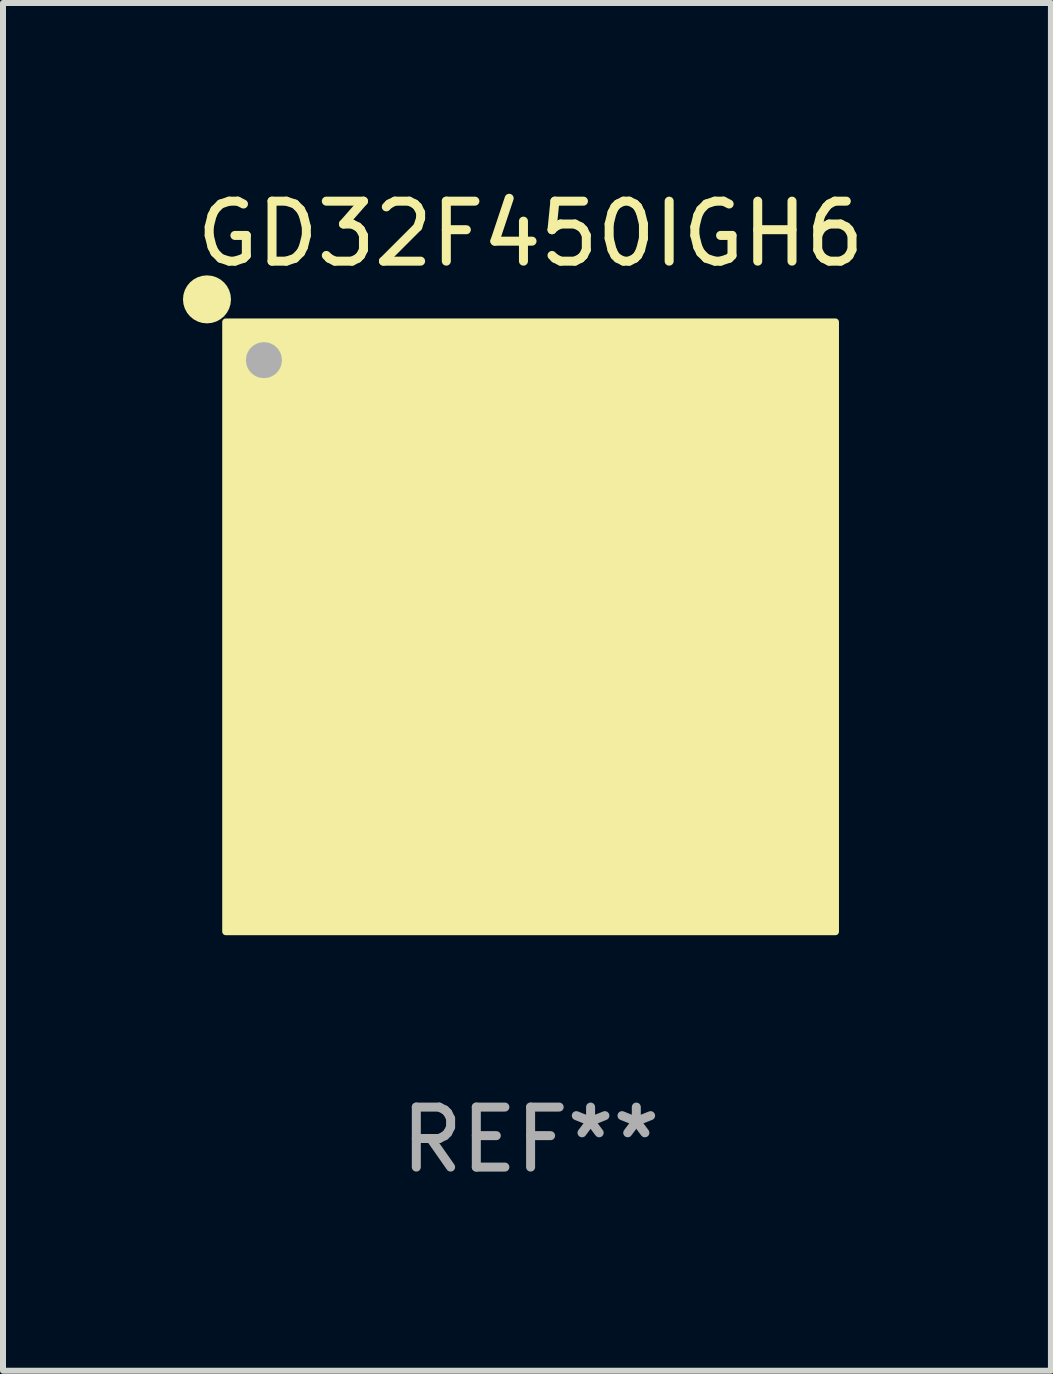
<source format=kicad_pcb>
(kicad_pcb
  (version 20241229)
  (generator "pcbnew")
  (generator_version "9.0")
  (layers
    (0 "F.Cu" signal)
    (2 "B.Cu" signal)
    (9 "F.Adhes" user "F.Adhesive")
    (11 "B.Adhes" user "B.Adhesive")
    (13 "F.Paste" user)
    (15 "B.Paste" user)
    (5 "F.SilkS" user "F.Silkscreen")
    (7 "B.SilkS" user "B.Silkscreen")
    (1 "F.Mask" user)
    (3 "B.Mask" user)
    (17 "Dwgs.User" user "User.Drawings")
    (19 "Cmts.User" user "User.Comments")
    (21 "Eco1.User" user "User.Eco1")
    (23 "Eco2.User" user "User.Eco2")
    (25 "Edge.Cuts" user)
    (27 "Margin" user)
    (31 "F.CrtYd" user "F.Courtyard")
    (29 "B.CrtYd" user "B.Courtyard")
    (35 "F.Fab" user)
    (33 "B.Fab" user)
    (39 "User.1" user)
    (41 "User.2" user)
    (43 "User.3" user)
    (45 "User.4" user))
  (footprint "GD32F450IGH6"
    (layer "F.Cu")
    (at 5.794 7.398)
    (property "Reference" "GD32F450IGH6" (at 0 -6.55 0) (layer "F.SilkS") (effects (font (size 1 1) (thickness 0.15))))
    (attr through_hole)
    (fp_circle (center -5.394 -5.458) (end -5.194 -5.458) (stroke (width 0.4) (type solid)) (fill no) (layer "F.SilkS"))
    (fp_circle (center -5 -5) (end -4.97 -5) (stroke (width 0.06) (type solid)) (fill no) (layer "F.SilkS"))
    (fp_poly (pts (xy -5.08 -5.08) (xy 5.08 -5.08) (xy 5.08 5.08) (xy -5.08 5.08)) (stroke (width 0.12) (type solid)) (fill yes) (layer "F.SilkS"))
    (fp_circle (center -4.445 -4.445) (end -4.295 -4.445) (stroke (width 0.3) (type solid)) (fill no) (layer "F.Fab"))
    (fp_text user "REF**" (at 0 8.55 0) (layer "F.Fab") (effects (font (size 1 1) (thickness 0.15))))
    (pad "A1" smd circle (at -4.55 -4.55) (size 0.3 0.3) (layers "F.Cu" "F.Mask" "F.Paste"))
    (pad "A2" smd circle (at -3.9 -4.55) (size 0.3 0.3) (layers "F.Cu" "F.Mask" "F.Paste"))
    (pad "A3" smd circle (at -3.25 -4.55) (size 0.3 0.3) (layers "F.Cu" "F.Mask" "F.Paste"))
    (pad "A4" smd circle (at -2.6 -4.55) (size 0.3 0.3) (layers "F.Cu" "F.Mask" "F.Paste"))
    (pad "A5" smd circle (at -1.95 -4.55) (size 0.3 0.3) (layers "F.Cu" "F.Mask" "F.Paste"))
    (pad "A6" smd circle (at -1.3 -4.55) (size 0.3 0.3) (layers "F.Cu" "F.Mask" "F.Paste"))
    (pad "A7" smd circle (at -0.65 -4.55) (size 0.3 0.3) (layers "F.Cu" "F.Mask" "F.Paste"))
    (pad "A8" smd circle (at -0.000127 -4.55) (size 0.3 0.3) (layers "F.Cu" "F.Mask" "F.Paste"))
    (pad "A9" smd circle (at 0.65 -4.55) (size 0.3 0.3) (layers "F.Cu" "F.Mask" "F.Paste"))
    (pad "A10" smd circle (at 1.3 -4.55) (size 0.3 0.3) (layers "F.Cu" "F.Mask" "F.Paste"))
    (pad "A11" smd circle (at 1.95 -4.55) (size 0.3 0.3) (layers "F.Cu" "F.Mask" "F.Paste"))
    (pad "A12" smd circle (at 2.6 -4.55) (size 0.3 0.3) (layers "F.Cu" "F.Mask" "F.Paste"))
    (pad "A13" smd circle (at 3.25 -4.55) (size 0.3 0.3) (layers "F.Cu" "F.Mask" "F.Paste"))
    (pad "A14" smd circle (at 3.9 -4.55) (size 0.3 0.3) (layers "F.Cu" "F.Mask" "F.Paste"))
    (pad "A15" smd circle (at 4.55 -4.55) (size 0.3 0.3) (layers "F.Cu" "F.Mask" "F.Paste"))
    (pad "B1" smd circle (at -4.55 -3.9) (size 0.3 0.3) (layers "F.Cu" "F.Mask" "F.Paste"))
    (pad "B2" smd circle (at -3.9 -3.9) (size 0.3 0.3) (layers "F.Cu" "F.Mask" "F.Paste"))
    (pad "B3" smd circle (at -3.25 -3.9) (size 0.3 0.3) (layers "F.Cu" "F.Mask" "F.Paste"))
    (pad "B4" smd circle (at -2.6 -3.9) (size 0.3 0.3) (layers "F.Cu" "F.Mask" "F.Paste"))
    (pad "B5" smd circle (at -1.95 -3.9) (size 0.3 0.3) (layers "F.Cu" "F.Mask" "F.Paste"))
    (pad "B6" smd circle (at -1.3 -3.9) (size 0.3 0.3) (layers "F.Cu" "F.Mask" "F.Paste"))
    (pad "B7" smd circle (at -0.65 -3.9) (size 0.3 0.3) (layers "F.Cu" "F.Mask" "F.Paste"))
    (pad "B8" smd circle (at 0.000127 -3.9) (size 0.3 0.3) (layers "F.Cu" "F.Mask" "F.Paste"))
    (pad "B9" smd circle (at 0.65 -3.9) (size 0.3 0.3) (layers "F.Cu" "F.Mask" "F.Paste"))
    (pad "B10" smd circle (at 1.3 -3.9) (size 0.3 0.3) (layers "F.Cu" "F.Mask" "F.Paste"))
    (pad "B11" smd circle (at 1.95 -3.9) (size 0.3 0.3) (layers "F.Cu" "F.Mask" "F.Paste"))
    (pad "B12" smd circle (at 2.6 -3.9) (size 0.3 0.3) (layers "F.Cu" "F.Mask" "F.Paste"))
    (pad "B13" smd circle (at 3.25 -3.9) (size 0.3 0.3) (layers "F.Cu" "F.Mask" "F.Paste"))
    (pad "B14" smd circle (at 3.9 -3.9) (size 0.3 0.3) (layers "F.Cu" "F.Mask" "F.Paste"))
    (pad "B15" smd circle (at 4.55 -3.9) (size 0.3 0.3) (layers "F.Cu" "F.Mask" "F.Paste"))
    (pad "C1" smd circle (at -4.55 -3.25) (size 0.3 0.3) (layers "F.Cu" "F.Mask" "F.Paste"))
    (pad "C2" smd circle (at -3.9 -3.25) (size 0.3 0.3) (layers "F.Cu" "F.Mask" "F.Paste"))
    (pad "C3" smd circle (at -3.25 -3.25) (size 0.3 0.3) (layers "F.Cu" "F.Mask" "F.Paste"))
    (pad "C4" smd circle (at -2.6 -3.25) (size 0.3 0.3) (layers "F.Cu" "F.Mask" "F.Paste"))
    (pad "C5" smd circle (at -1.95 -3.25) (size 0.3 0.3) (layers "F.Cu" "F.Mask" "F.Paste"))
    (pad "C6" smd circle (at -1.3 -3.25) (size 0.3 0.3) (layers "F.Cu" "F.Mask" "F.Paste"))
    (pad "C7" smd circle (at -0.65 -3.25) (size 0.3 0.3) (layers "F.Cu" "F.Mask" "F.Paste"))
    (pad "C8" smd circle (at 0.000127 -3.25) (size 0.3 0.3) (layers "F.Cu" "F.Mask" "F.Paste"))
    (pad "C9" smd circle (at 0.65 -3.25) (size 0.3 0.3) (layers "F.Cu" "F.Mask" "F.Paste"))
    (pad "C10" smd circle (at 1.3 -3.25) (size 0.3 0.3) (layers "F.Cu" "F.Mask" "F.Paste"))
    (pad "C11" smd circle (at 1.95 -3.25) (size 0.3 0.3) (layers "F.Cu" "F.Mask" "F.Paste"))
    (pad "C12" smd circle (at 2.6 -3.25) (size 0.3 0.3) (layers "F.Cu" "F.Mask" "F.Paste"))
    (pad "C13" smd circle (at 3.25 -3.25) (size 0.3 0.3) (layers "F.Cu" "F.Mask" "F.Paste"))
    (pad "C14" smd circle (at 3.9 -3.25) (size 0.3 0.3) (layers "F.Cu" "F.Mask" "F.Paste"))
    (pad "C15" smd circle (at 4.55 -3.25) (size 0.3 0.3) (layers "F.Cu" "F.Mask" "F.Paste"))
    (pad "D1" smd circle (at -4.55 -2.6) (size 0.3 0.3) (layers "F.Cu" "F.Mask" "F.Paste"))
    (pad "D2" smd circle (at -3.9 -2.6) (size 0.3 0.3) (layers "F.Cu" "F.Mask" "F.Paste"))
    (pad "D3" smd circle (at -3.25 -2.6) (size 0.3 0.3) (layers "F.Cu" "F.Mask" "F.Paste"))
    (pad "D4" smd circle (at -2.6 -2.6) (size 0.3 0.3) (layers "F.Cu" "F.Mask" "F.Paste"))
    (pad "D5" smd circle (at -1.95 -2.6) (size 0.3 0.3) (layers "F.Cu" "F.Mask" "F.Paste"))
    (pad "D6" smd circle (at -1.3 -2.6) (size 0.3 0.3) (layers "F.Cu" "F.Mask" "F.Paste"))
    (pad "D7" smd circle (at -0.65 -2.6) (size 0.3 0.3) (layers "F.Cu" "F.Mask" "F.Paste"))
    (pad "D8" smd circle (at -0.000127 -2.6) (size 0.3 0.3) (layers "F.Cu" "F.Mask" "F.Paste"))
    (pad "D9" smd circle (at 0.65 -2.6) (size 0.3 0.3) (layers "F.Cu" "F.Mask" "F.Paste"))
    (pad "D10" smd circle (at 1.3 -2.6) (size 0.3 0.3) (layers "F.Cu" "F.Mask" "F.Paste"))
    (pad "D11" smd circle (at 1.95 -2.6) (size 0.3 0.3) (layers "F.Cu" "F.Mask" "F.Paste"))
    (pad "D12" smd circle (at 2.6 -2.6) (size 0.3 0.3) (layers "F.Cu" "F.Mask" "F.Paste"))
    (pad "D13" smd circle (at 3.25 -2.6) (size 0.3 0.3) (layers "F.Cu" "F.Mask" "F.Paste"))
    (pad "D14" smd circle (at 3.9 -2.6) (size 0.3 0.3) (layers "F.Cu" "F.Mask" "F.Paste"))
    (pad "D15" smd circle (at 4.55 -2.6) (size 0.3 0.3) (layers "F.Cu" "F.Mask" "F.Paste"))
    (pad "E1" smd circle (at -4.55 -1.95) (size 0.3 0.3) (layers "F.Cu" "F.Mask" "F.Paste"))
    (pad "E2" smd circle (at -3.9 -1.95) (size 0.3 0.3) (layers "F.Cu" "F.Mask" "F.Paste"))
    (pad "E3" smd circle (at -3.25 -1.95) (size 0.3 0.3) (layers "F.Cu" "F.Mask" "F.Paste"))
    (pad "E4" smd circle (at -2.6 -1.95) (size 0.3 0.3) (layers "F.Cu" "F.Mask" "F.Paste"))
    (pad "E12" smd circle (at 2.6 -1.95) (size 0.3 0.3) (layers "F.Cu" "F.Mask" "F.Paste"))
    (pad "E13" smd circle (at 3.25 -1.95) (size 0.3 0.3) (layers "F.Cu" "F.Mask" "F.Paste"))
    (pad "E14" smd circle (at 3.9 -1.95) (size 0.3 0.3) (layers "F.Cu" "F.Mask" "F.Paste"))
    (pad "E15" smd circle (at 4.55 -1.95) (size 0.3 0.3) (layers "F.Cu" "F.Mask" "F.Paste"))
    (pad "F1" smd circle (at -4.55 -1.3) (size 0.3 0.3) (layers "F.Cu" "F.Mask" "F.Paste"))
    (pad "F2" smd circle (at -3.9 -1.3) (size 0.3 0.3) (layers "F.Cu" "F.Mask" "F.Paste"))
    (pad "F3" smd circle (at -3.25 -1.3) (size 0.3 0.3) (layers "F.Cu" "F.Mask" "F.Paste"))
    (pad "F4" smd circle (at -2.6 -1.3) (size 0.3 0.3) (layers "F.Cu" "F.Mask" "F.Paste"))
    (pad "F6" smd circle (at -1.3 -1.3) (size 0.3 0.3) (layers "F.Cu" "F.Mask" "F.Paste"))
    (pad "F7" smd circle (at -0.65 -1.3) (size 0.3 0.3) (layers "F.Cu" "F.Mask" "F.Paste"))
    (pad "F8" smd circle (at 0.000127 -1.3) (size 0.3 0.3) (layers "F.Cu" "F.Mask" "F.Paste"))
    (pad "F9" smd circle (at 0.65 -1.3) (size 0.3 0.3) (layers "F.Cu" "F.Mask" "F.Paste"))
    (pad "F10" smd circle (at 1.3 -1.3) (size 0.3 0.3) (layers "F.Cu" "F.Mask" "F.Paste"))
    (pad "F12" smd circle (at 2.6 -1.3) (size 0.3 0.3) (layers "F.Cu" "F.Mask" "F.Paste"))
    (pad "F13" smd circle (at 3.25 -1.3) (size 0.3 0.3) (layers "F.Cu" "F.Mask" "F.Paste"))
    (pad "F14" smd circle (at 3.9 -1.3) (size 0.3 0.3) (layers "F.Cu" "F.Mask" "F.Paste"))
    (pad "F15" smd circle (at 4.55 -1.3) (size 0.3 0.3) (layers "F.Cu" "F.Mask" "F.Paste"))
    (pad "G1" smd circle (at -4.55 -0.65) (size 0.3 0.3) (layers "F.Cu" "F.Mask" "F.Paste"))
    (pad "G2" smd circle (at -3.9 -0.65) (size 0.3 0.3) (layers "F.Cu" "F.Mask" "F.Paste"))
    (pad "G3" smd circle (at -3.25 -0.65) (size 0.3 0.3) (layers "F.Cu" "F.Mask" "F.Paste"))
    (pad "G4" smd circle (at -2.6 -0.65) (size 0.3 0.3) (layers "F.Cu" "F.Mask" "F.Paste"))
    (pad "G6" smd circle (at -1.3 -0.65) (size 0.3 0.3) (layers "F.Cu" "F.Mask" "F.Paste"))
    (pad "G7" smd circle (at -0.65 -0.65) (size 0.3 0.3) (layers "F.Cu" "F.Mask" "F.Paste"))
    (pad "G8" smd circle (at -0.000127 -0.65) (size 0.3 0.3) (layers "F.Cu" "F.Mask" "F.Paste"))
    (pad "G9" smd circle (at 0.65 -0.65) (size 0.3 0.3) (layers "F.Cu" "F.Mask" "F.Paste"))
    (pad "G10" smd circle (at 1.3 -0.65) (size 0.3 0.3) (layers "F.Cu" "F.Mask" "F.Paste"))
    (pad "G12" smd circle (at 2.6 -0.65) (size 0.3 0.3) (layers "F.Cu" "F.Mask" "F.Paste"))
    (pad "G13" smd circle (at 3.25 -0.65) (size 0.3 0.3) (layers "F.Cu" "F.Mask" "F.Paste"))
    (pad "G14" smd circle (at 3.9 -0.65) (size 0.3 0.3) (layers "F.Cu" "F.Mask" "F.Paste"))
    (pad "G15" smd circle (at 4.55 -0.65) (size 0.3 0.3) (layers "F.Cu" "F.Mask" "F.Paste"))
    (pad "H1" smd circle (at -4.55 -0.000127) (size 0.3 0.3) (layers "F.Cu" "F.Mask" "F.Paste"))
    (pad "H2" smd circle (at -3.9 -0.000127) (size 0.3 0.3) (layers "F.Cu" "F.Mask" "F.Paste"))
    (pad "H3" smd circle (at -3.25 -0.000127) (size 0.3 0.3) (layers "F.Cu" "F.Mask" "F.Paste"))
    (pad "H4" smd circle (at -2.6 -0.000127) (size 0.3 0.3) (layers "F.Cu" "F.Mask" "F.Paste"))
    (pad "H6" smd circle (at -1.3 -0.000127) (size 0.3 0.3) (layers "F.Cu" "F.Mask" "F.Paste"))
    (pad "H7" smd circle (at -0.65 -0.000127) (size 0.3 0.3) (layers "F.Cu" "F.Mask" "F.Paste"))
    (pad "H8" smd circle (at -0.000127 -0.000127) (size 0.3 0.3) (layers "F.Cu" "F.Mask" "F.Paste"))
    (pad "H9" smd circle (at 0.65 -0.000127) (size 0.3 0.3) (layers "F.Cu" "F.Mask" "F.Paste"))
    (pad "H10" smd circle (at 1.3 -0.000127) (size 0.3 0.3) (layers "F.Cu" "F.Mask" "F.Paste"))
    (pad "H12" smd circle (at 2.6 -0.000127) (size 0.3 0.3) (layers "F.Cu" "F.Mask" "F.Paste"))
    (pad "H13" smd circle (at 3.25 -0.000127) (size 0.3 0.3) (layers "F.Cu" "F.Mask" "F.Paste"))
    (pad "H14" smd circle (at 3.9 -0.000127) (size 0.3 0.3) (layers "F.Cu" "F.Mask" "F.Paste"))
    (pad "H15" smd circle (at 4.55 -0.000127) (size 0.3 0.3) (layers "F.Cu" "F.Mask" "F.Paste"))
    (pad "J1" smd circle (at -4.55 0.65) (size 0.3 0.3) (layers "F.Cu" "F.Mask" "F.Paste"))
    (pad "J2" smd circle (at -3.9 0.65) (size 0.3 0.3) (layers "F.Cu" "F.Mask" "F.Paste"))
    (pad "J3" smd circle (at -3.25 0.65) (size 0.3 0.3) (layers "F.Cu" "F.Mask" "F.Paste"))
    (pad "J4" smd circle (at -2.6 0.65) (size 0.3 0.3) (layers "F.Cu" "F.Mask" "F.Paste"))
    (pad "J6" smd circle (at -1.3 0.65) (size 0.3 0.3) (layers "F.Cu" "F.Mask" "F.Paste"))
    (pad "J7" smd circle (at -0.65 0.65) (size 0.3 0.3) (layers "F.Cu" "F.Mask" "F.Paste"))
    (pad "J8" smd circle (at -0.000127 0.65) (size 0.3 0.3) (layers "F.Cu" "F.Mask" "F.Paste"))
    (pad "J9" smd circle (at 0.65 0.65) (size 0.3 0.3) (layers "F.Cu" "F.Mask" "F.Paste"))
    (pad "J10" smd circle (at 1.3 0.65) (size 0.3 0.3) (layers "F.Cu" "F.Mask" "F.Paste"))
    (pad "J12" smd circle (at 2.6 0.65) (size 0.3 0.3) (layers "F.Cu" "F.Mask" "F.Paste"))
    (pad "J13" smd circle (at 3.25 0.65) (size 0.3 0.3) (layers "F.Cu" "F.Mask" "F.Paste"))
    (pad "J14" smd circle (at 3.9 0.65) (size 0.3 0.3) (layers "F.Cu" "F.Mask" "F.Paste"))
    (pad "J15" smd circle (at 4.55 0.65) (size 0.3 0.3) (layers "F.Cu" "F.Mask" "F.Paste"))
    (pad "K1" smd circle (at -4.55 1.3) (size 0.3 0.3) (layers "F.Cu" "F.Mask" "F.Paste"))
    (pad "K2" smd circle (at -3.9 1.3) (size 0.3 0.3) (layers "F.Cu" "F.Mask" "F.Paste"))
    (pad "K3" smd circle (at -3.25 1.3) (size 0.3 0.3) (layers "F.Cu" "F.Mask" "F.Paste"))
    (pad "K4" smd circle (at -2.6 1.3) (size 0.3 0.3) (layers "F.Cu" "F.Mask" "F.Paste"))
    (pad "K6" smd circle (at -1.3 1.3) (size 0.3 0.3) (layers "F.Cu" "F.Mask" "F.Paste"))
    (pad "K7" smd circle (at -0.65 1.3) (size 0.3 0.3) (layers "F.Cu" "F.Mask" "F.Paste"))
    (pad "K8" smd circle (at 0.000127 1.3) (size 0.3 0.3) (layers "F.Cu" "F.Mask" "F.Paste"))
    (pad "K9" smd circle (at 0.65 1.3) (size 0.3 0.3) (layers "F.Cu" "F.Mask" "F.Paste"))
    (pad "K10" smd circle (at 1.3 1.3) (size 0.3 0.3) (layers "F.Cu" "F.Mask" "F.Paste"))
    (pad "K12" smd circle (at 2.6 1.3) (size 0.3 0.3) (layers "F.Cu" "F.Mask" "F.Paste"))
    (pad "K13" smd circle (at 3.25 1.3) (size 0.3 0.3) (layers "F.Cu" "F.Mask" "F.Paste"))
    (pad "K14" smd circle (at 3.9 1.3) (size 0.3 0.3) (layers "F.Cu" "F.Mask" "F.Paste"))
    (pad "K15" smd circle (at 4.55 1.3) (size 0.3 0.3) (layers "F.Cu" "F.Mask" "F.Paste"))
    (pad "L1" smd circle (at -4.55 1.95) (size 0.3 0.3) (layers "F.Cu" "F.Mask" "F.Paste"))
    (pad "L2" smd circle (at -3.9 1.95) (size 0.3 0.3) (layers "F.Cu" "F.Mask" "F.Paste"))
    (pad "L3" smd circle (at -3.25 1.95) (size 0.3 0.3) (layers "F.Cu" "F.Mask" "F.Paste"))
    (pad "L4" smd circle (at -2.6 1.95) (size 0.3 0.3) (layers "F.Cu" "F.Mask" "F.Paste"))
    (pad "L12" smd circle (at 2.6 1.95) (size 0.3 0.3) (layers "F.Cu" "F.Mask" "F.Paste"))
    (pad "L13" smd circle (at 3.25 1.95) (size 0.3 0.3) (layers "F.Cu" "F.Mask" "F.Paste"))
    (pad "L14" smd circle (at 3.9 1.95) (size 0.3 0.3) (layers "F.Cu" "F.Mask" "F.Paste"))
    (pad "L15" smd circle (at 4.55 1.95) (size 0.3 0.3) (layers "F.Cu" "F.Mask" "F.Paste"))
    (pad "M1" smd circle (at -4.55 2.6) (size 0.3 0.3) (layers "F.Cu" "F.Mask" "F.Paste"))
    (pad "M2" smd circle (at -3.9 2.6) (size 0.3 0.3) (layers "F.Cu" "F.Mask" "F.Paste"))
    (pad "M3" smd circle (at -3.25 2.6) (size 0.3 0.3) (layers "F.Cu" "F.Mask" "F.Paste"))
    (pad "M4" smd circle (at -2.6 2.6) (size 0.3 0.3) (layers "F.Cu" "F.Mask" "F.Paste"))
    (pad "M5" smd circle (at -1.95 2.6) (size 0.3 0.3) (layers "F.Cu" "F.Mask" "F.Paste"))
    (pad "M6" smd circle (at -1.3 2.6) (size 0.3 0.3) (layers "F.Cu" "F.Mask" "F.Paste"))
    (pad "M7" smd circle (at -0.65 2.6) (size 0.3 0.3) (layers "F.Cu" "F.Mask" "F.Paste"))
    (pad "M8" smd circle (at -0.000127 2.6) (size 0.3 0.3) (layers "F.Cu" "F.Mask" "F.Paste"))
    (pad "M9" smd circle (at 0.65 2.6) (size 0.3 0.3) (layers "F.Cu" "F.Mask" "F.Paste"))
    (pad "M10" smd circle (at 1.3 2.6) (size 0.3 0.3) (layers "F.Cu" "F.Mask" "F.Paste"))
    (pad "M11" smd circle (at 1.95 2.6) (size 0.3 0.3) (layers "F.Cu" "F.Mask" "F.Paste"))
    (pad "M12" smd circle (at 2.6 2.6) (size 0.3 0.3) (layers "F.Cu" "F.Mask" "F.Paste"))
    (pad "M13" smd circle (at 3.25 2.6) (size 0.3 0.3) (layers "F.Cu" "F.Mask" "F.Paste"))
    (pad "M14" smd circle (at 3.9 2.6) (size 0.3 0.3) (layers "F.Cu" "F.Mask" "F.Paste"))
    (pad "M15" smd circle (at 4.55 2.6) (size 0.3 0.3) (layers "F.Cu" "F.Mask" "F.Paste"))
    (pad "N1" smd circle (at -4.55 3.25) (size 0.3 0.3) (layers "F.Cu" "F.Mask" "F.Paste"))
    (pad "N2" smd circle (at -3.9 3.25) (size 0.3 0.3) (layers "F.Cu" "F.Mask" "F.Paste"))
    (pad "N3" smd circle (at -3.25 3.25) (size 0.3 0.3) (layers "F.Cu" "F.Mask" "F.Paste"))
    (pad "N4" smd circle (at -2.6 3.25) (size 0.3 0.3) (layers "F.Cu" "F.Mask" "F.Paste"))
    (pad "N5" smd circle (at -1.95 3.25) (size 0.3 0.3) (layers "F.Cu" "F.Mask" "F.Paste"))
    (pad "N6" smd circle (at -1.3 3.25) (size 0.3 0.3) (layers "F.Cu" "F.Mask" "F.Paste"))
    (pad "N7" smd circle (at -0.65 3.25) (size 0.3 0.3) (layers "F.Cu" "F.Mask" "F.Paste"))
    (pad "N8" smd circle (at -0.000127 3.25) (size 0.3 0.3) (layers "F.Cu" "F.Mask" "F.Paste"))
    (pad "N9" smd circle (at 0.65 3.25) (size 0.3 0.3) (layers "F.Cu" "F.Mask" "F.Paste"))
    (pad "N10" smd circle (at 1.3 3.25) (size 0.3 0.3) (layers "F.Cu" "F.Mask" "F.Paste"))
    (pad "N11" smd circle (at 1.95 3.25) (size 0.3 0.3) (layers "F.Cu" "F.Mask" "F.Paste"))
    (pad "N12" smd circle (at 2.6 3.25) (size 0.3 0.3) (layers "F.Cu" "F.Mask" "F.Paste"))
    (pad "N13" smd circle (at 3.25 3.25) (size 0.3 0.3) (layers "F.Cu" "F.Mask" "F.Paste"))
    (pad "N14" smd circle (at 3.9 3.25) (size 0.3 0.3) (layers "F.Cu" "F.Mask" "F.Paste"))
    (pad "N15" smd circle (at 4.55 3.25) (size 0.3 0.3) (layers "F.Cu" "F.Mask" "F.Paste"))
    (pad "P1" smd circle (at -4.55 3.9) (size 0.3 0.3) (layers "F.Cu" "F.Mask" "F.Paste"))
    (pad "P2" smd circle (at -3.9 3.9) (size 0.3 0.3) (layers "F.Cu" "F.Mask" "F.Paste"))
    (pad "P3" smd circle (at -3.25 3.9) (size 0.3 0.3) (layers "F.Cu" "F.Mask" "F.Paste"))
    (pad "P4" smd circle (at -2.6 3.9) (size 0.3 0.3) (layers "F.Cu" "F.Mask" "F.Paste"))
    (pad "P5" smd circle (at -1.95 3.9) (size 0.3 0.3) (layers "F.Cu" "F.Mask" "F.Paste"))
    (pad "P6" smd circle (at -1.3 3.9) (size 0.3 0.3) (layers "F.Cu" "F.Mask" "F.Paste"))
    (pad "P7" smd circle (at -0.65 3.9) (size 0.3 0.3) (layers "F.Cu" "F.Mask" "F.Paste"))
    (pad "P8" smd circle (at 0.000127 3.9) (size 0.3 0.3) (layers "F.Cu" "F.Mask" "F.Paste"))
    (pad "P9" smd circle (at 0.65 3.9) (size 0.3 0.3) (layers "F.Cu" "F.Mask" "F.Paste"))
    (pad "P10" smd circle (at 1.3 3.9) (size 0.3 0.3) (layers "F.Cu" "F.Mask" "F.Paste"))
    (pad "P11" smd circle (at 1.95 3.9) (size 0.3 0.3) (layers "F.Cu" "F.Mask" "F.Paste"))
    (pad "P12" smd circle (at 2.6 3.9) (size 0.3 0.3) (layers "F.Cu" "F.Mask" "F.Paste"))
    (pad "P13" smd circle (at 3.25 3.9) (size 0.3 0.3) (layers "F.Cu" "F.Mask" "F.Paste"))
    (pad "P14" smd circle (at 3.9 3.9) (size 0.3 0.3) (layers "F.Cu" "F.Mask" "F.Paste"))
    (pad "P15" smd circle (at 4.55 3.9) (size 0.3 0.3) (layers "F.Cu" "F.Mask" "F.Paste"))
    (pad "R1" smd circle (at -4.55 4.55) (size 0.3 0.3) (layers "F.Cu" "F.Mask" "F.Paste"))
    (pad "R2" smd circle (at -3.9 4.55) (size 0.3 0.3) (layers "F.Cu" "F.Mask" "F.Paste"))
    (pad "R3" smd circle (at -3.25 4.55) (size 0.3 0.3) (layers "F.Cu" "F.Mask" "F.Paste"))
    (pad "R4" smd circle (at -2.6 4.55) (size 0.3 0.3) (layers "F.Cu" "F.Mask" "F.Paste"))
    (pad "R5" smd circle (at -1.95 4.55) (size 0.3 0.3) (layers "F.Cu" "F.Mask" "F.Paste"))
    (pad "R6" smd circle (at -1.3 4.55) (size 0.3 0.3) (layers "F.Cu" "F.Mask" "F.Paste"))
    (pad "R7" smd circle (at -0.65 4.55) (size 0.3 0.3) (layers "F.Cu" "F.Mask" "F.Paste"))
    (pad "R8" smd circle (at -0.000127 4.55) (size 0.3 0.3) (layers "F.Cu" "F.Mask" "F.Paste"))
    (pad "R9" smd circle (at 0.65 4.55) (size 0.3 0.3) (layers "F.Cu" "F.Mask" "F.Paste"))
    (pad "R10" smd circle (at 1.3 4.55) (size 0.3 0.3) (layers "F.Cu" "F.Mask" "F.Paste"))
    (pad "R11" smd circle (at 1.95 4.55) (size 0.3 0.3) (layers "F.Cu" "F.Mask" "F.Paste"))
    (pad "R12" smd circle (at 2.6 4.55) (size 0.3 0.3) (layers "F.Cu" "F.Mask" "F.Paste"))
    (pad "R13" smd circle (at 3.25 4.55) (size 0.3 0.3) (layers "F.Cu" "F.Mask" "F.Paste"))
    (pad "R14" smd circle (at 3.9 4.55) (size 0.3 0.3) (layers "F.Cu" "F.Mask" "F.Paste"))
    (pad "R15" smd circle (at 4.55 4.55) (size 0.3 0.3) (layers "F.Cu" "F.Mask" "F.Paste")))
  (gr_rect
    (start -3 -3)
    (end 14.467 19.797)
    (stroke (width 0.1) (type default))
    (fill no)
    (layer "Edge.Cuts")))
</source>
